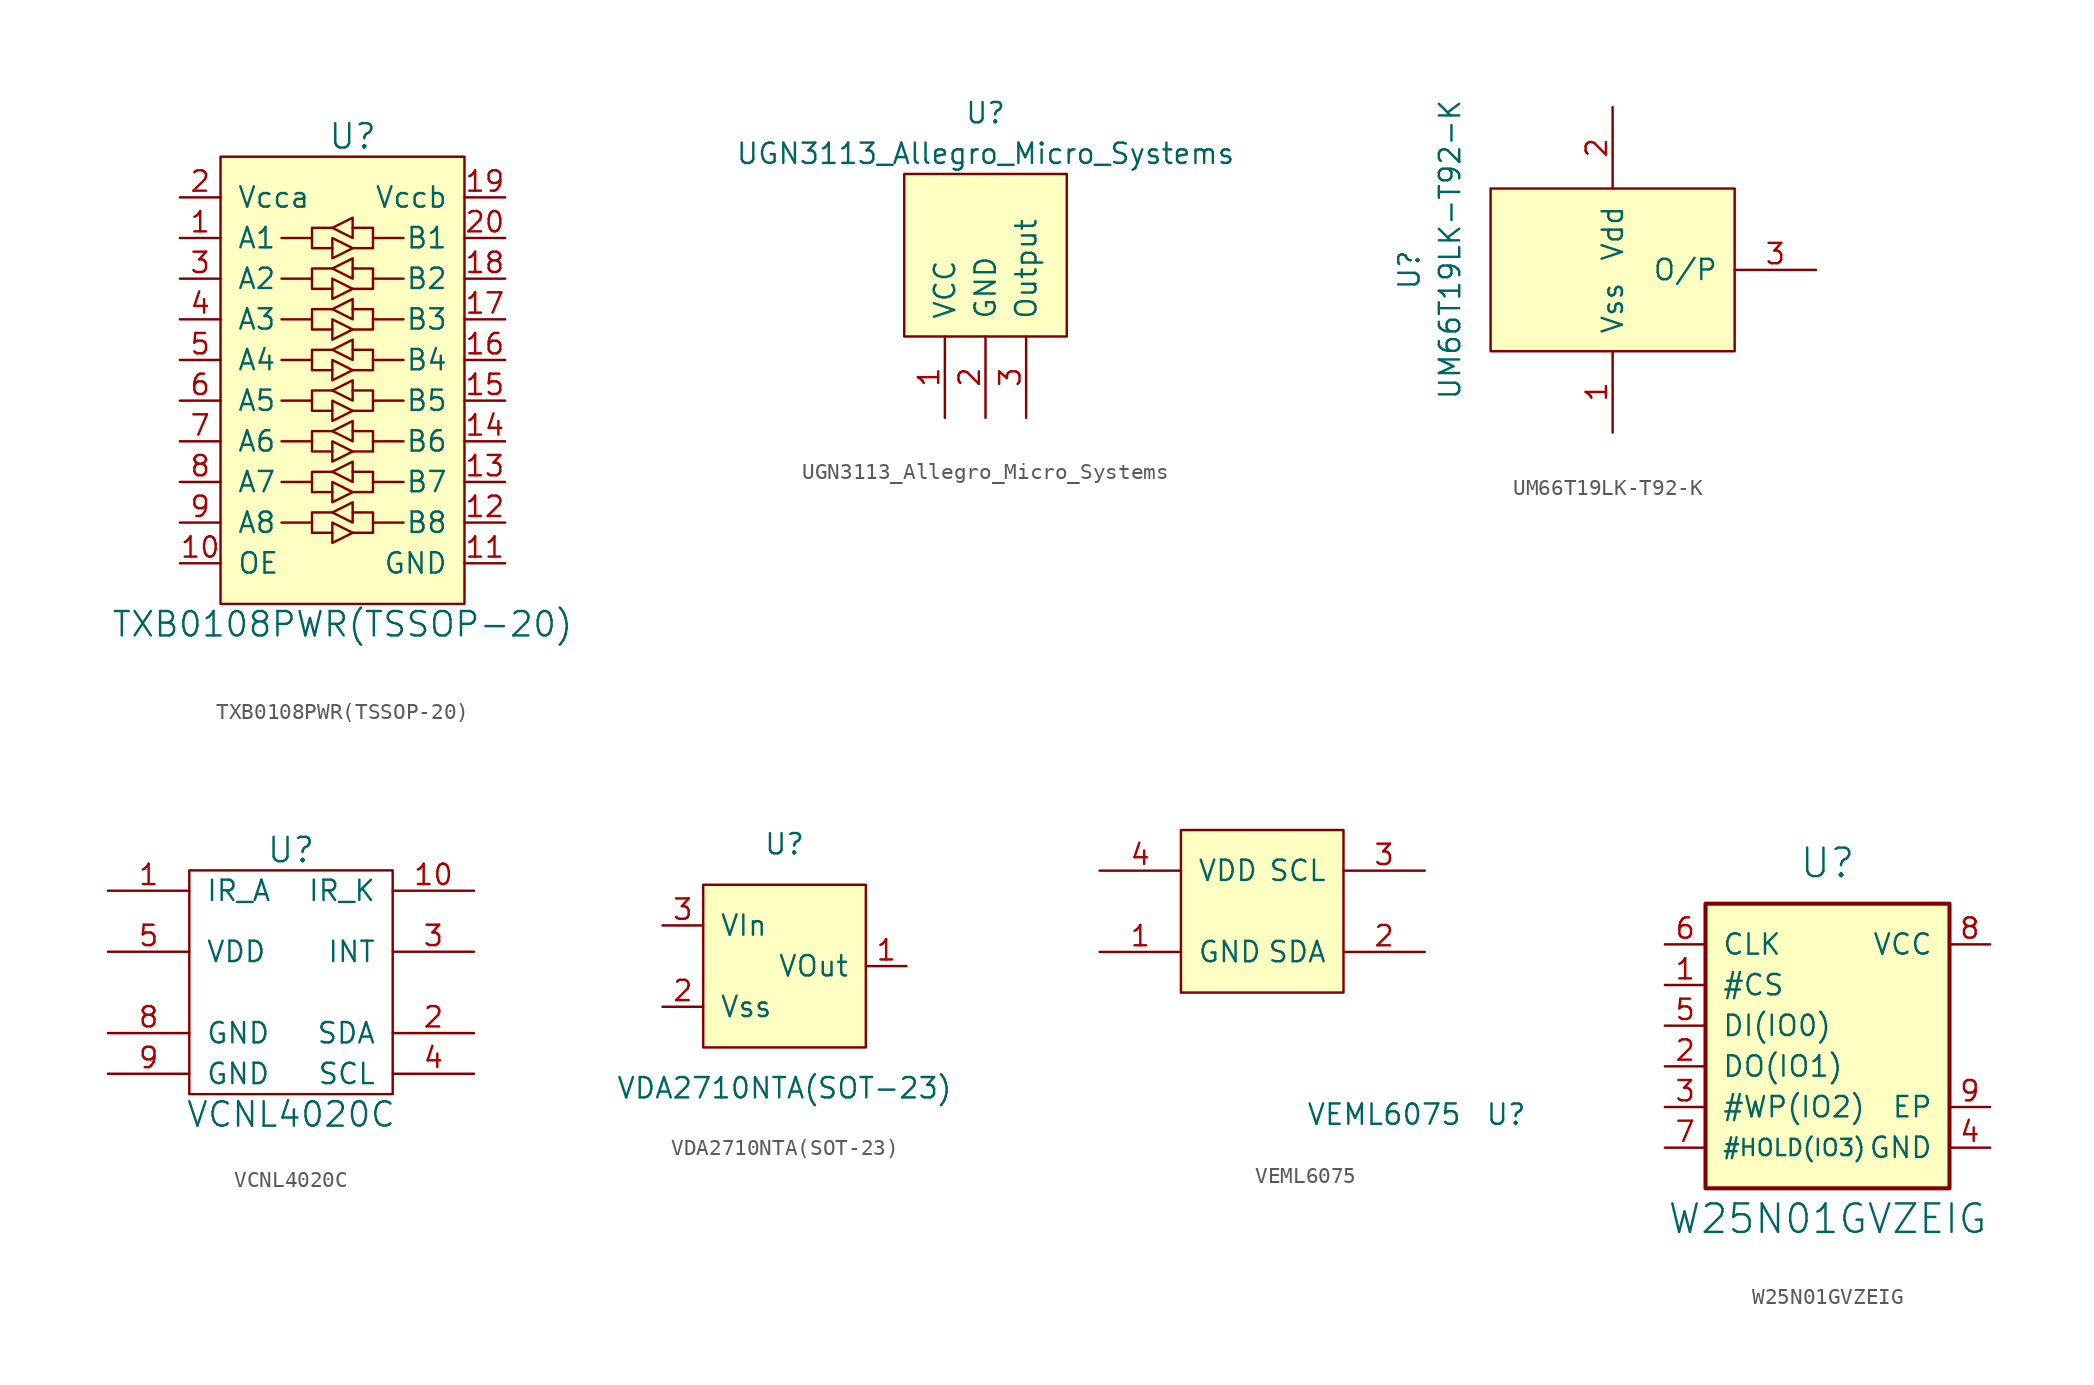
<source format=kicad_sym>
(kicad_symbol_lib
  (version 20220914)
  (generator kicad_symbol_editor)
  (symbol "TXB0108PWR(TSSOP-20)"
    (pin_names
      (offset 1.016))
    (property "Reference" "U"
      (at 0.635 13.97 0)
      (effects (font (size 1.524 1.524))))
    (property "Value" "TXB0108PWR(TSSOP-20)"
      (at 0 -16.51 0)
      (effects (font (size 1.524 1.524))))
    (symbol "TXB0108PWR(TSSOP-20)_0_1"
      (rectangle (start -7.62 12.7) (end 7.62 -15.24) (stroke (width 0) (type solid)) (fill (type background)))
      (polyline (pts (xy -1.905 -10.16) (xy -3.81 -10.16)) (stroke (width 0) (type solid)) (fill (type none)))
      (polyline (pts (xy -1.905 -7.62) (xy -3.81 -7.62)) (stroke (width 0) (type solid)) (fill (type none)))
      (polyline (pts (xy -1.905 -5.08) (xy -3.81 -5.08)) (stroke (width 0) (type solid)) (fill (type none)))
      (polyline (pts (xy -1.905 -2.54) (xy -3.81 -2.54)) (stroke (width 0) (type solid)) (fill (type none)))
      (polyline (pts (xy -1.905 0) (xy -3.81 0)) (stroke (width 0) (type solid)) (fill (type none)))
      (polyline (pts (xy -1.905 2.54) (xy -3.81 2.54)) (stroke (width 0) (type solid)) (fill (type none)))
      (polyline (pts (xy -1.905 5.08) (xy -3.81 5.08)) (stroke (width 0) (type solid)) (fill (type none)))
      (polyline (pts (xy -1.905 7.62) (xy -3.81 7.62)) (stroke (width 0) (type solid)) (fill (type none)))
      (polyline (pts (xy 1.905 -10.16) (xy 3.81 -10.16)) (stroke (width 0) (type solid)) (fill (type none)))
      (polyline (pts (xy 1.905 -7.62) (xy 3.81 -7.62)) (stroke (width 0) (type solid)) (fill (type none)))
      (polyline (pts (xy 1.905 -5.08) (xy 3.81 -5.08)) (stroke (width 0) (type solid)) (fill (type none)))
      (polyline (pts (xy 1.905 -2.54) (xy 3.81 -2.54)) (stroke (width 0) (type solid)) (fill (type none)))
      (polyline (pts (xy 1.905 0) (xy 3.81 0)) (stroke (width 0) (type solid)) (fill (type none)))
      (polyline (pts (xy 1.905 2.54) (xy 3.81 2.54)) (stroke (width 0) (type solid)) (fill (type none)))
      (polyline (pts (xy 1.905 5.08) (xy 3.81 5.08)) (stroke (width 0) (type solid)) (fill (type none)))
      (polyline (pts (xy 1.905 7.62) (xy 3.81 7.62)) (stroke (width 0) (type solid)) (fill (type none)))
      (polyline (pts (xy -0.635 -10.795) (xy -1.905 -10.795) (xy -1.905 -9.525) (xy -0.635 -9.525)) (stroke (width 0) (type solid)) (fill (type none)))
      (polyline (pts (xy -0.635 -10.16) (xy -0.635 -11.43) (xy 0.635 -10.795) (xy -0.635 -10.16)) (stroke (width 0) (type solid)) (fill (type none)))
      (polyline (pts (xy -0.635 -9.525) (xy 0.635 -8.89) (xy 0.635 -10.16) (xy -0.635 -9.525)) (stroke (width 0) (type solid)) (fill (type none)))
      (polyline (pts (xy -0.635 -8.255) (xy -1.905 -8.255) (xy -1.905 -6.985) (xy -0.635 -6.985)) (stroke (width 0) (type solid)) (fill (type none)))
      (polyline (pts (xy -0.635 -7.62) (xy -0.635 -8.89) (xy 0.635 -8.255) (xy -0.635 -7.62)) (stroke (width 0) (type solid)) (fill (type none)))
      (polyline (pts (xy -0.635 -6.985) (xy 0.635 -6.35) (xy 0.635 -7.62) (xy -0.635 -6.985)) (stroke (width 0) (type solid)) (fill (type none)))
      (polyline (pts (xy -0.635 -5.715) (xy -1.905 -5.715) (xy -1.905 -4.445) (xy -0.635 -4.445)) (stroke (width 0) (type solid)) (fill (type none)))
      (polyline (pts (xy -0.635 -5.08) (xy -0.635 -6.35) (xy 0.635 -5.715) (xy -0.635 -5.08)) (stroke (width 0) (type solid)) (fill (type none)))
      (polyline (pts (xy -0.635 -4.445) (xy 0.635 -3.81) (xy 0.635 -5.08) (xy -0.635 -4.445)) (stroke (width 0) (type solid)) (fill (type none)))
      (polyline (pts (xy -0.635 -3.175) (xy -1.905 -3.175) (xy -1.905 -1.905) (xy -0.635 -1.905)) (stroke (width 0) (type solid)) (fill (type none)))
      (polyline (pts (xy -0.635 -2.54) (xy -0.635 -3.81) (xy 0.635 -3.175) (xy -0.635 -2.54)) (stroke (width 0) (type solid)) (fill (type none)))
      (polyline (pts (xy -0.635 -1.905) (xy 0.635 -1.27) (xy 0.635 -2.54) (xy -0.635 -1.905)) (stroke (width 0) (type solid)) (fill (type none)))
      (polyline (pts (xy -0.635 -0.635) (xy -1.905 -0.635) (xy -1.905 0.635) (xy -0.635 0.635)) (stroke (width 0) (type solid)) (fill (type none)))
      (polyline (pts (xy -0.635 0) (xy -0.635 -1.27) (xy 0.635 -0.635) (xy -0.635 0)) (stroke (width 0) (type solid)) (fill (type none)))
      (polyline (pts (xy -0.635 0.635) (xy 0.635 1.27) (xy 0.635 0) (xy -0.635 0.635)) (stroke (width 0) (type solid)) (fill (type none)))
      (polyline (pts (xy -0.635 1.905) (xy -1.905 1.905) (xy -1.905 3.175) (xy -0.635 3.175)) (stroke (width 0) (type solid)) (fill (type none)))
      (polyline (pts (xy -0.635 2.54) (xy -0.635 1.27) (xy 0.635 1.905) (xy -0.635 2.54)) (stroke (width 0) (type solid)) (fill (type none)))
      (polyline (pts (xy -0.635 3.175) (xy 0.635 3.81) (xy 0.635 2.54) (xy -0.635 3.175)) (stroke (width 0) (type solid)) (fill (type none)))
      (polyline (pts (xy -0.635 4.445) (xy -1.905 4.445) (xy -1.905 5.715) (xy -0.635 5.715)) (stroke (width 0) (type solid)) (fill (type none)))
      (polyline (pts (xy -0.635 5.08) (xy -0.635 3.81) (xy 0.635 4.445) (xy -0.635 5.08)) (stroke (width 0) (type solid)) (fill (type none)))
      (polyline (pts (xy -0.635 5.715) (xy 0.635 6.35) (xy 0.635 5.08) (xy -0.635 5.715)) (stroke (width 0) (type solid)) (fill (type none)))
      (polyline (pts (xy -0.635 6.985) (xy -1.905 6.985) (xy -1.905 8.255) (xy -0.635 8.255)) (stroke (width 0) (type solid)) (fill (type none)))
      (polyline (pts (xy -0.635 7.62) (xy -0.635 6.35) (xy 0.635 6.985) (xy -0.635 7.62)) (stroke (width 0) (type solid)) (fill (type none)))
      (polyline (pts (xy -0.635 8.255) (xy 0.635 8.89) (xy 0.635 7.62) (xy -0.635 8.255)) (stroke (width 0) (type solid)) (fill (type none)))
      (polyline (pts (xy 0.635 -9.525) (xy 1.905 -9.525) (xy 1.905 -10.795) (xy 0.635 -10.795)) (stroke (width 0) (type solid)) (fill (type none)))
      (polyline (pts (xy 0.635 -6.985) (xy 1.905 -6.985) (xy 1.905 -8.255) (xy 0.635 -8.255)) (stroke (width 0) (type solid)) (fill (type none)))
      (polyline (pts (xy 0.635 -4.445) (xy 1.905 -4.445) (xy 1.905 -5.715) (xy 0.635 -5.715)) (stroke (width 0) (type solid)) (fill (type none)))
      (polyline (pts (xy 0.635 -1.905) (xy 1.905 -1.905) (xy 1.905 -3.175) (xy 0.635 -3.175)) (stroke (width 0) (type solid)) (fill (type none)))
      (polyline (pts (xy 0.635 0.635) (xy 1.905 0.635) (xy 1.905 -0.635) (xy 0.635 -0.635)) (stroke (width 0) (type solid)) (fill (type none)))
      (polyline (pts (xy 0.635 3.175) (xy 1.905 3.175) (xy 1.905 1.905) (xy 0.635 1.905)) (stroke (width 0) (type solid)) (fill (type none)))
      (polyline (pts (xy 0.635 5.715) (xy 1.905 5.715) (xy 1.905 4.445) (xy 0.635 4.445)) (stroke (width 0) (type solid)) (fill (type none)))
      (polyline (pts (xy 0.635 8.255) (xy 1.905 8.255) (xy 1.905 6.985) (xy 0.635 6.985)) (stroke (width 0) (type solid)) (fill (type none))))
    (symbol "TXB0108PWR(TSSOP-20)_1_1"
      (pin bidirectional line (at -10.16 7.62 0) (length 2.54) (name "A1" (effects (font (size 1.27 1.27)))) (number "1" (effects (font (size 1.27 1.27)))))
      (pin input line (at -10.16 -12.7 0) (length 2.54) (name "OE" (effects (font (size 1.27 1.27)))) (number "10" (effects (font (size 1.27 1.27)))))
      (pin power_in line (at 10.16 -12.7 180) (length 2.54) (name "GND" (effects (font (size 1.27 1.27)))) (number "11" (effects (font (size 1.27 1.27)))))
      (pin bidirectional line (at 10.16 -10.16 180) (length 2.54) (name "B8" (effects (font (size 1.27 1.27)))) (number "12" (effects (font (size 1.27 1.27)))))
      (pin bidirectional line (at 10.16 -7.62 180) (length 2.54) (name "B7" (effects (font (size 1.27 1.27)))) (number "13" (effects (font (size 1.27 1.27)))))
      (pin bidirectional line (at 10.16 -5.08 180) (length 2.54) (name "B6" (effects (font (size 1.27 1.27)))) (number "14" (effects (font (size 1.27 1.27)))))
      (pin bidirectional line (at 10.16 -2.54 180) (length 2.54) (name "B5" (effects (font (size 1.27 1.27)))) (number "15" (effects (font (size 1.27 1.27)))))
      (pin bidirectional line (at 10.16 0 180) (length 2.54) (name "B4" (effects (font (size 1.27 1.27)))) (number "16" (effects (font (size 1.27 1.27)))))
      (pin bidirectional line (at 10.16 2.54 180) (length 2.54) (name "B3" (effects (font (size 1.27 1.27)))) (number "17" (effects (font (size 1.27 1.27)))))
      (pin bidirectional line (at 10.16 5.08 180) (length 2.54) (name "B2" (effects (font (size 1.27 1.27)))) (number "18" (effects (font (size 1.27 1.27)))))
      (pin power_in line (at 10.16 10.16 180) (length 2.54) (name "Vccb" (effects (font (size 1.27 1.27)))) (number "19" (effects (font (size 1.27 1.27)))))
      (pin power_in line (at -10.16 10.16 0) (length 2.54) (name "Vcca" (effects (font (size 1.27 1.27)))) (number "2" (effects (font (size 1.27 1.27)))))
      (pin bidirectional line (at 10.16 7.62 180) (length 2.54) (name "B1" (effects (font (size 1.27 1.27)))) (number "20" (effects (font (size 1.27 1.27)))))
      (pin bidirectional line (at -10.16 5.08 0) (length 2.54) (name "A2" (effects (font (size 1.27 1.27)))) (number "3" (effects (font (size 1.27 1.27)))))
      (pin bidirectional line (at -10.16 2.54 0) (length 2.54) (name "A3" (effects (font (size 1.27 1.27)))) (number "4" (effects (font (size 1.27 1.27)))))
      (pin bidirectional line (at -10.16 0 0) (length 2.54) (name "A4" (effects (font (size 1.27 1.27)))) (number "5" (effects (font (size 1.27 1.27)))))
      (pin bidirectional line (at -10.16 -2.54 0) (length 2.54) (name "A5" (effects (font (size 1.27 1.27)))) (number "6" (effects (font (size 1.27 1.27)))))
      (pin bidirectional line (at -10.16 -5.08 0) (length 2.54) (name "A6" (effects (font (size 1.27 1.27)))) (number "7" (effects (font (size 1.27 1.27)))))
      (pin bidirectional line (at -10.16 -7.62 0) (length 2.54) (name "A7" (effects (font (size 1.27 1.27)))) (number "8" (effects (font (size 1.27 1.27)))))
      (pin bidirectional line (at -10.16 -10.16 0) (length 2.54) (name "A8" (effects (font (size 1.27 1.27)))) (number "9" (effects (font (size 1.27 1.27)))))))
  (symbol "UGN3113_Allegro_Micro_Systems"
    (pin_names
      (offset 1.016))
    (property "Reference" "U"
      (at 0 8.89 0)
      (effects (font (size 1.27 1.27))))
    (property "Value" "UGN3113_Allegro_Micro_Systems"
      (at 0 6.35 0)
      (effects (font (size 1.27 1.27))))
    (symbol "UGN3113_Allegro_Micro_Systems_0_1"
      (rectangle (start -5.08 -5.08) (end 5.08 5.08) (stroke (width 0) (type solid)) (fill (type background))))
    (symbol "UGN3113_Allegro_Micro_Systems_1_1"
      (pin power_in line (at -2.54 -10.16 90) (length 5.08) (name "VCC" (effects (font (size 1.27 1.27)))) (number "1" (effects (font (size 1.27 1.27)))))
      (pin power_in line (at 0 -10.16 90) (length 5.08) (name "GND" (effects (font (size 1.27 1.27)))) (number "2" (effects (font (size 1.27 1.27)))))
      (pin open_collector line (at 2.54 -10.16 90) (length 5.08) (name "Output" (effects (font (size 1.27 1.27)))) (number "3" (effects (font (size 1.27 1.27)))))))
  (symbol "UM66T19LK-T92-K"
    (pin_names
      (offset 1.016))
    (property "Reference" "U"
      (at -12.7 0 90)
      (effects (font (size 1.27 1.27))))
    (property "Value" "UM66T19LK-T92-K"
      (at -10.16 1.27 90)
      (effects (font (size 1.27 1.27))))
    (symbol "UM66T19LK-T92-K_0_1"
      (rectangle (start -7.62 5.08) (end 7.62 -5.08) (stroke (width 0) (type solid)) (fill (type background))))
    (symbol "UM66T19LK-T92-K_1_1"
      (pin power_in line (at 0 -10.16 90) (length 5.08) (name "Vss" (effects (font (size 1.27 1.27)))) (number "1" (effects (font (size 1.27 1.27)))))
      (pin power_in line (at 0 10.16 270) (length 5.08) (name "Vdd" (effects (font (size 1.27 1.27)))) (number "2" (effects (font (size 1.27 1.27)))))
      (pin output line (at 12.7 0 180) (length 5.08) (name "O/P" (effects (font (size 1.27 1.27)))) (number "3" (effects (font (size 1.27 1.27)))))))
  (symbol "VCNL4020C"
    (pin_names
      (offset 1.016))
    (property "Reference" "U"
      (at 0 8.89 0)
      (effects (font (size 1.524 1.524))))
    (property "Value" "VCNL4020C"
      (at 0 -7.62 0)
      (effects (font (size 1.524 1.524))))
    (symbol "VCNL4020C_0_1"
      (rectangle (start -6.35 7.62) (end 6.35 -6.35) (stroke (width 0) (type solid)) (fill (type none))))
    (symbol "VCNL4020C_1_1"
      (pin input line (at -11.43 6.35 0) (length 5.08) (name "IR_A" (effects (font (size 1.27 1.27)))) (number "1" (effects (font (size 1.27 1.27)))))
      (pin bidirectional line (at 11.43 6.35 180) (length 5.08) (name "IR_K" (effects (font (size 1.27 1.27)))) (number "10" (effects (font (size 1.27 1.27)))))
      (pin bidirectional line (at 11.43 -2.54 180) (length 5.08) (name "SDA" (effects (font (size 1.27 1.27)))) (number "2" (effects (font (size 1.27 1.27)))))
      (pin input line (at 11.43 2.54 180) (length 5.08) (name "INT" (effects (font (size 1.27 1.27)))) (number "3" (effects (font (size 1.27 1.27)))))
      (pin input line (at 11.43 -5.08 180) (length 5.08) (name "SCL" (effects (font (size 1.27 1.27)))) (number "4" (effects (font (size 1.27 1.27)))))
      (pin power_in line (at -11.43 2.54 0) (length 5.08) (name "VDD" (effects (font (size 1.27 1.27)))) (number "5" (effects (font (size 1.27 1.27)))))
      (pin no_connect line (at -11.43 0 0) (length 5.08) hide (name "nc" (effects (font (size 1.27 1.27)))) (number "6" (effects (font (size 1.27 1.27)))))
      (pin no_connect line (at -11.43 1.27 0) (length 5.08) hide (name "nc" (effects (font (size 1.27 1.27)))) (number "7" (effects (font (size 1.27 1.27)))))
      (pin power_in line (at -11.43 -2.54 0) (length 5.08) (name "GND" (effects (font (size 1.27 1.27)))) (number "8" (effects (font (size 1.27 1.27)))))
      (pin power_in line (at -11.43 -5.08 0) (length 5.08) (name "GND" (effects (font (size 1.27 1.27)))) (number "9" (effects (font (size 1.27 1.27)))))))
  (symbol "VDA2710NTA(SOT-23)"
    (pin_names
      (offset 1.016))
    (property "Reference" "U"
      (at 0 7.62 0)
      (effects (font (size 1.27 1.27))))
    (property "Value" "VDA2710NTA(SOT-23)"
      (at 0 -7.62 0)
      (effects (font (size 1.27 1.27))))
    (symbol "VDA2710NTA(SOT-23)_0_1"
      (rectangle (start -5.08 5.08) (end 5.08 -5.08) (stroke (width 0) (type solid)) (fill (type background))))
    (symbol "VDA2710NTA(SOT-23)_1_1"
      (pin open_collector line (at 7.62 0 180) (length 2.54) (name "VOut" (effects (font (size 1.27 1.27)))) (number "1" (effects (font (size 1.27 1.27)))))
      (pin power_in line (at -7.62 -2.54 0) (length 2.54) (name "Vss" (effects (font (size 1.27 1.27)))) (number "2" (effects (font (size 1.27 1.27)))))
      (pin input line (at -7.62 2.54 0) (length 2.54) (name "VIn" (effects (font (size 1.27 1.27)))) (number "3" (effects (font (size 1.27 1.27)))))))
  (symbol "VEML6075"
    (pin_names
      (offset 1.016))
    (property "Reference" "U"
      (at 15.24 -12.7 0)
      (effects (font (size 1.27 1.27))))
    (property "Value" "VEML6075"
      (at 7.62 -12.7 0)
      (effects (font (size 1.27 1.27))))
    (symbol "VEML6075_0_1"
      (rectangle (start -5.08 5.08) (end 5.08 -5.08) (stroke (width 0) (type solid)) (fill (type background))))
    (symbol "VEML6075_1_1"
      (pin power_in line (at -10.16 -2.54 0) (length 5.08) (name "GND" (effects (font (size 1.27 1.27)))) (number "1" (effects (font (size 1.27 1.27)))))
      (pin bidirectional line (at 10.16 -2.54 180) (length 5.08) (name "SDA" (effects (font (size 1.27 1.27)))) (number "2" (effects (font (size 1.27 1.27)))))
      (pin bidirectional line (at 10.16 2.54 180) (length 5.08) (name "SCL" (effects (font (size 1.27 1.27)))) (number "3" (effects (font (size 1.27 1.27)))))
      (pin power_in line (at -10.16 2.54 0) (length 5.08) (name "VDD" (effects (font (size 1.27 1.27)))) (number "4" (effects (font (size 1.27 1.27)))))))
  (symbol "W25N01GVZEIG"
    (pin_names
      (offset 1.016))
    (property "Reference" "U"
      (at 0 10.16 0)
      (effects (font (size 1.778 1.778))))
    (property "Value" "W25N01GVZEIG"
      (at 0 -12.065 0)
      (effects (font (size 1.778 1.778))))
    (property "Datasheet" ""
      (at -2.54 -1.27 0)
      (effects (font (size 2.54 2.54))))
    (symbol "W25N01GVZEIG_0_1"
      (polyline (pts (xy 7.62 7.62) (xy 7.62 -10.16) (xy -7.62 -10.16) (xy -7.62 7.62) (xy 7.62 7.62)) (stroke (width 0.254) (type solid)) (fill (type background))))
    (symbol "W25N01GVZEIG_1_1"
      (pin input line (at -10.16 2.54 0) (length 2.54) (name "#CS" (effects (font (size 1.27 1.27)))) (number "1" (effects (font (size 1.27 1.27)))))
      (pin bidirectional line (at -10.16 -2.54 0) (length 2.54) (name "DO(IO1)" (effects (font (size 1.27 1.27)))) (number "2" (effects (font (size 1.27 1.27)))))
      (pin bidirectional line (at -10.16 -5.08 0) (length 2.54) (name "#WP(IO2)" (effects (font (size 1.27 1.27)))) (number "3" (effects (font (size 1.27 1.27)))))
      (pin power_in line (at 10.16 -7.62 180) (length 2.54) (name "GND" (effects (font (size 1.27 1.27)))) (number "4" (effects (font (size 1.27 1.27)))))
      (pin bidirectional line (at -10.16 0 0) (length 2.54) (name "DI(IO0)" (effects (font (size 1.27 1.27)))) (number "5" (effects (font (size 1.27 1.27)))))
      (pin input line (at -10.16 5.08 0) (length 2.54) (name "CLK" (effects (font (size 1.27 1.27)))) (number "6" (effects (font (size 1.27 1.27)))))
      (pin bidirectional line (at -10.16 -7.62 0) (length 2.54) (name "#HOLD(IO3)" (effects (font (size 1.016 1.016)))) (number "7" (effects (font (size 1.27 1.27)))))
      (pin power_in line (at 10.16 5.08 180) (length 2.54) (name "VCC" (effects (font (size 1.27 1.27)))) (number "8" (effects (font (size 1.27 1.27)))))
      (pin passive line (at 10.16 -5.08 180) (length 2.54) (name "EP" (effects (font (size 1.27 1.27)))) (number "9" (effects (font (size 1.27 1.27))))))))
</source>
